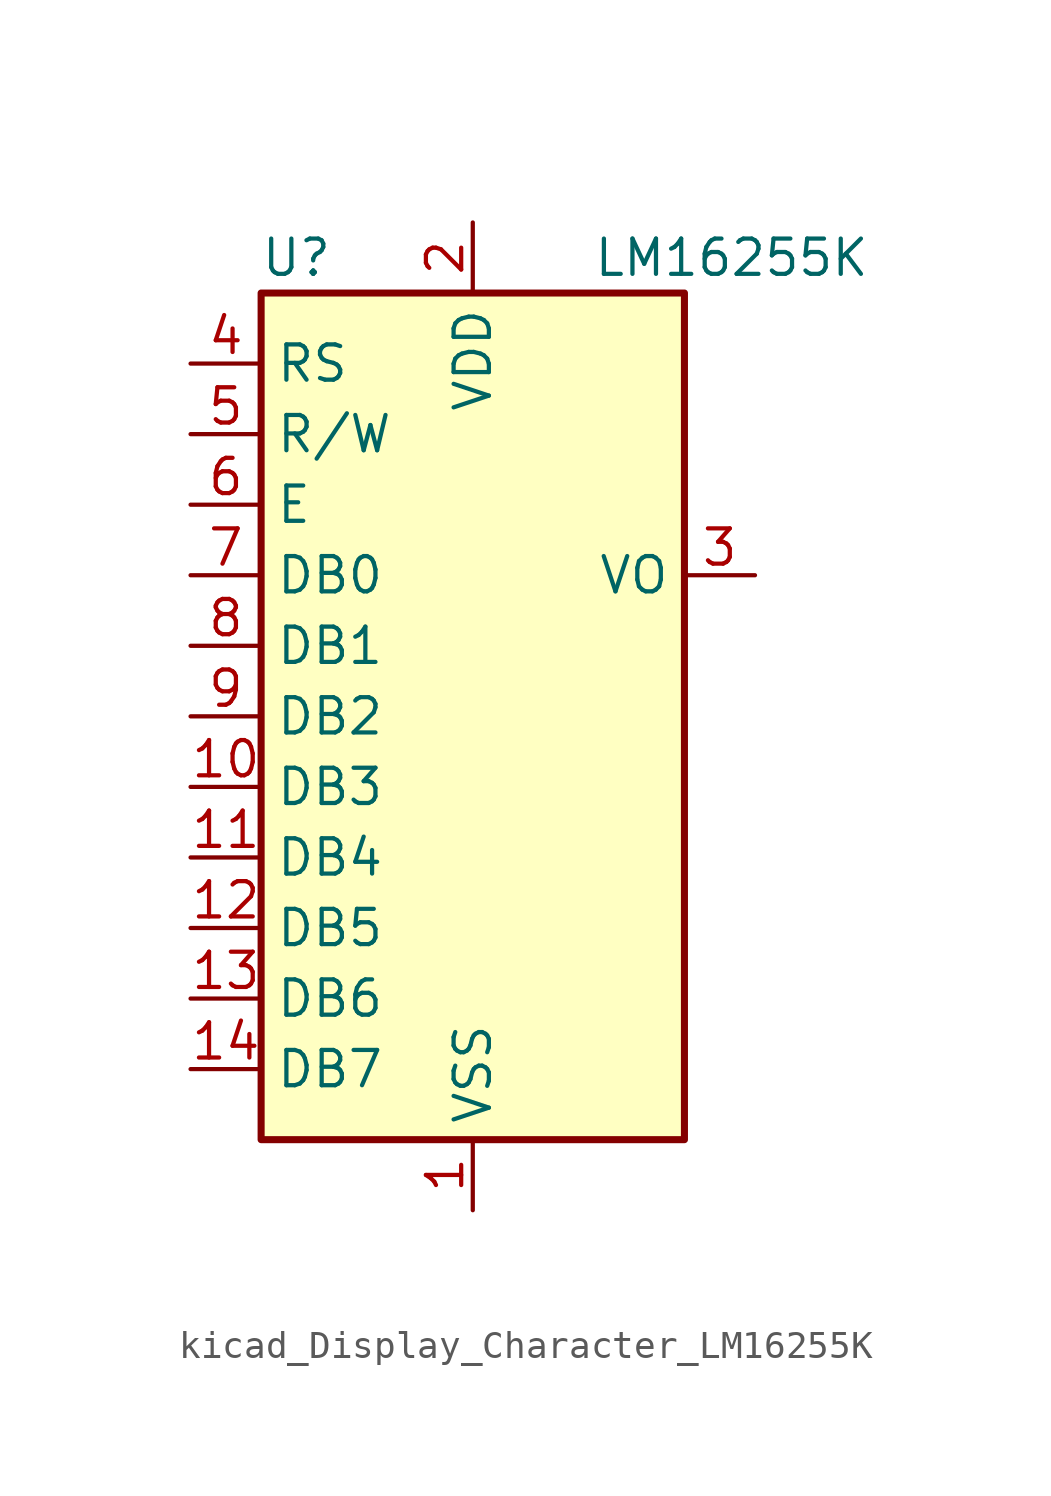
<source format=kicad_sym>
(kicad_symbol_lib
  (version 20220914)
  (generator kicad_symbol_editor)
  (symbol "kicad_Display_Character_LM16255K"
    (property "Reference" "U"
      (at -6.35 16.51 0)
      (effects (font (size 1.27 1.27))))
    (property "Value" "LM16255K"
      (at 4.318 16.51 0)
      (effects (font (size 1.27 1.27)) (justify left)))
    (symbol "kicad_Display_Character_LM16255K_0_1"
      (rectangle (start -7.62 15.24) (end 7.62 -15.24) (stroke (width 0.254) (type default)) (fill (type background))))
    (symbol "kicad_Display_Character_LM16255K_1_1"
      (pin power_in line (at 0 -17.78 90) (length 2.54) (name "VSS" (effects (font (size 1.27 1.27)))) (number "1" (effects (font (size 1.27 1.27)))))
      (pin bidirectional line (at -10.16 -2.54 0) (length 2.54) (name "DB3" (effects (font (size 1.27 1.27)))) (number "10" (effects (font (size 1.27 1.27)))))
      (pin bidirectional line (at -10.16 -5.08 0) (length 2.54) (name "DB4" (effects (font (size 1.27 1.27)))) (number "11" (effects (font (size 1.27 1.27)))))
      (pin bidirectional line (at -10.16 -7.62 0) (length 2.54) (name "DB5" (effects (font (size 1.27 1.27)))) (number "12" (effects (font (size 1.27 1.27)))))
      (pin bidirectional line (at -10.16 -10.16 0) (length 2.54) (name "DB6" (effects (font (size 1.27 1.27)))) (number "13" (effects (font (size 1.27 1.27)))))
      (pin bidirectional line (at -10.16 -12.7 0) (length 2.54) (name "DB7" (effects (font (size 1.27 1.27)))) (number "14" (effects (font (size 1.27 1.27)))))
      (pin power_in line (at 0 17.78 270) (length 2.54) (name "VDD" (effects (font (size 1.27 1.27)))) (number "2" (effects (font (size 1.27 1.27)))))
      (pin power_in line (at 10.16 5.08 180) (length 2.54) (name "VO" (effects (font (size 1.27 1.27)))) (number "3" (effects (font (size 1.27 1.27)))))
      (pin input line (at -10.16 12.7 0) (length 2.54) (name "RS" (effects (font (size 1.27 1.27)))) (number "4" (effects (font (size 1.27 1.27)))))
      (pin input line (at -10.16 10.16 0) (length 2.54) (name "R/W" (effects (font (size 1.27 1.27)))) (number "5" (effects (font (size 1.27 1.27)))))
      (pin input line (at -10.16 7.62 0) (length 2.54) (name "E" (effects (font (size 1.27 1.27)))) (number "6" (effects (font (size 1.27 1.27)))))
      (pin bidirectional line (at -10.16 5.08 0) (length 2.54) (name "DB0" (effects (font (size 1.27 1.27)))) (number "7" (effects (font (size 1.27 1.27)))))
      (pin bidirectional line (at -10.16 2.54 0) (length 2.54) (name "DB1" (effects (font (size 1.27 1.27)))) (number "8" (effects (font (size 1.27 1.27)))))
      (pin bidirectional line (at -10.16 0 0) (length 2.54) (name "DB2" (effects (font (size 1.27 1.27)))) (number "9" (effects (font (size 1.27 1.27))))))))
</source>
